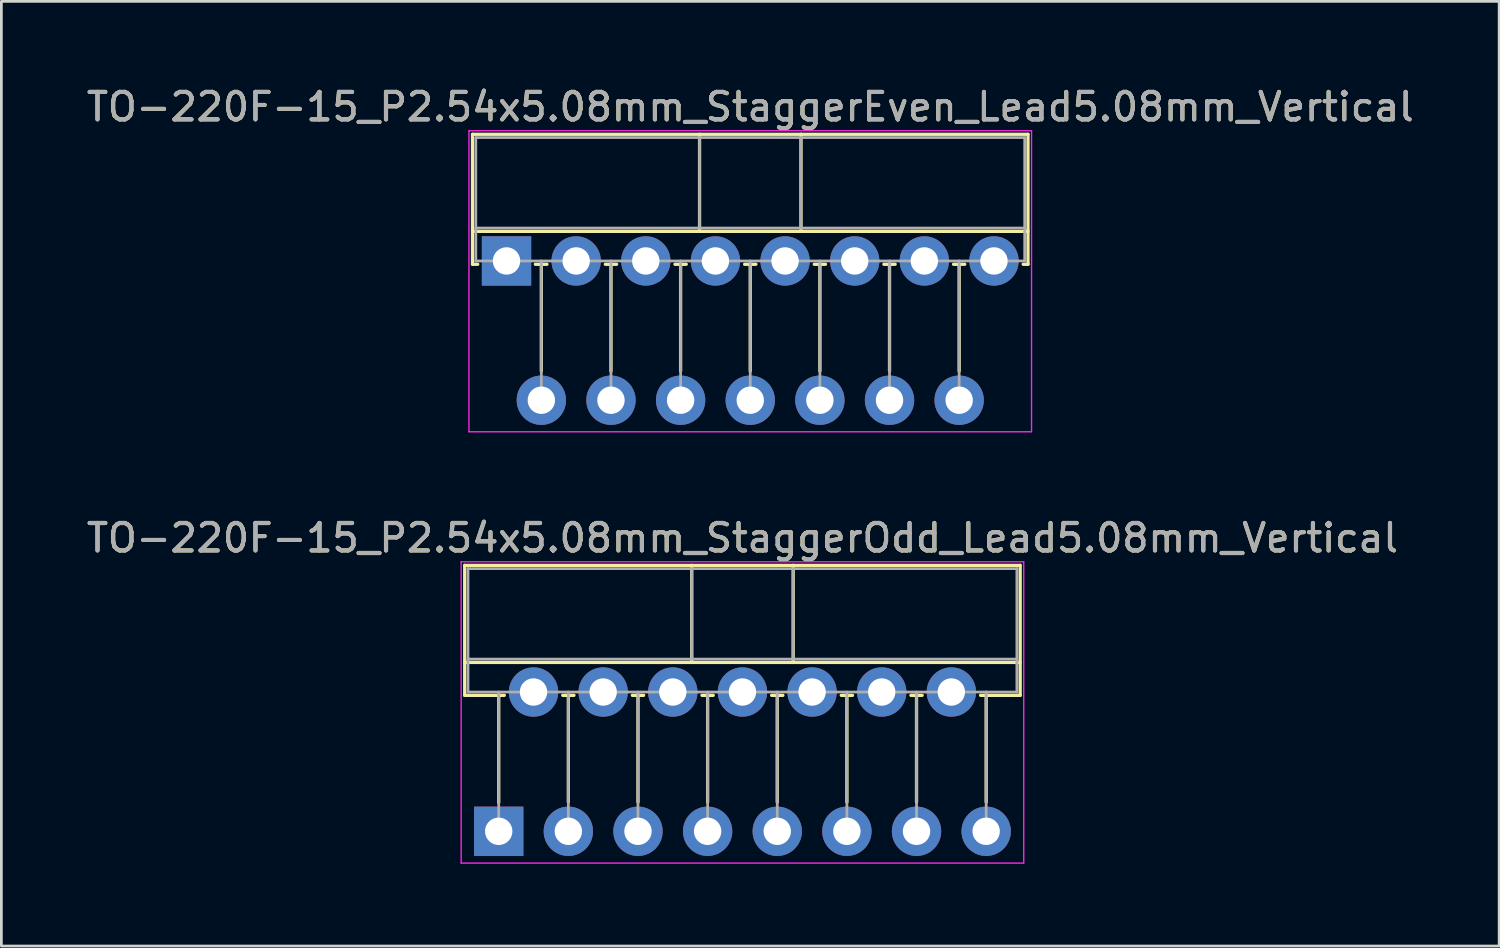
<source format=kicad_pcb>
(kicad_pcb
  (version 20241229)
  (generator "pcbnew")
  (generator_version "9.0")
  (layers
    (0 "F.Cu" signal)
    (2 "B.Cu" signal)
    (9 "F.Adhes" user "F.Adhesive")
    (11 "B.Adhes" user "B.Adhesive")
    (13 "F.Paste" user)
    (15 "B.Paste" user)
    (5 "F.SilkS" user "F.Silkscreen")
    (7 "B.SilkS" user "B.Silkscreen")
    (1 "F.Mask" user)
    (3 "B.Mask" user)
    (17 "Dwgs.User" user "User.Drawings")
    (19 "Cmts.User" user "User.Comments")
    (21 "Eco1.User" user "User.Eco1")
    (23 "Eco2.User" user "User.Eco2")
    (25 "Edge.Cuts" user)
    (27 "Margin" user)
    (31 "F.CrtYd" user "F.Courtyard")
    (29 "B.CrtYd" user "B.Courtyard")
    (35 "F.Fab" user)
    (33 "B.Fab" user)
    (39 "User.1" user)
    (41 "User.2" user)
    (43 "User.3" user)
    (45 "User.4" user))
  (footprint "TO-220F-15_P2.54x5.08mm_StaggerOdd_Lead5.08mm_Vertical"
    (layer "F.Cu")
    (at 15.14 27.271)
    (property "Reference" "TO-220F-15_P2.54x5.08mm_StaggerOdd_Lead5.08mm_Vertical" (at 8.89 -10.7 0) (layer "F.SilkS") (effects (font (size 1 1) (thickness 0.15))))
    (attr through_hole)
    (fp_line (start -1.24 -9.7) (end -1.24 -4.959) (stroke (width 0.12) (type solid)) (layer "F.SilkS"))
    (fp_line (start -1.24 -9.7) (end 19.02 -9.7) (stroke (width 0.12) (type solid)) (layer "F.SilkS"))
    (fp_line (start -1.24 -6.16) (end 19.02 -6.16) (stroke (width 0.12) (type solid)) (layer "F.SilkS"))
    (fp_line (start -1.24 -4.959) (end 0.205 -4.959) (stroke (width 0.12) (type solid)) (layer "F.SilkS"))
    (fp_line (start 0 -4.959) (end 0 -1.05) (stroke (width 0.12) (type solid)) (layer "F.SilkS"))
    (fp_line (start 2.336 -4.959) (end 2.745 -4.959) (stroke (width 0.12) (type solid)) (layer "F.SilkS"))
    (fp_line (start 2.54 -4.959) (end 2.54 -1.065) (stroke (width 0.12) (type solid)) (layer "F.SilkS"))
    (fp_line (start 4.875 -4.959) (end 5.285 -4.959) (stroke (width 0.12) (type solid)) (layer "F.SilkS"))
    (fp_line (start 5.08 -4.959) (end 5.08 -1.065) (stroke (width 0.12) (type solid)) (layer "F.SilkS"))
    (fp_line (start 7.041 -9.7) (end 7.041 -6.16) (stroke (width 0.12) (type solid)) (layer "F.SilkS"))
    (fp_line (start 7.415 -4.959) (end 7.825 -4.959) (stroke (width 0.12) (type solid)) (layer "F.SilkS"))
    (fp_line (start 7.62 -4.959) (end 7.62 -1.065) (stroke (width 0.12) (type solid)) (layer "F.SilkS"))
    (fp_line (start 9.955 -4.959) (end 10.365 -4.959) (stroke (width 0.12) (type solid)) (layer "F.SilkS"))
    (fp_line (start 10.16 -4.959) (end 10.16 -1.065) (stroke (width 0.12) (type solid)) (layer "F.SilkS"))
    (fp_line (start 10.74 -9.7) (end 10.74 -6.16) (stroke (width 0.12) (type solid)) (layer "F.SilkS"))
    (fp_line (start 12.495 -4.959) (end 12.905 -4.959) (stroke (width 0.12) (type solid)) (layer "F.SilkS"))
    (fp_line (start 12.7 -4.959) (end 12.7 -1.065) (stroke (width 0.12) (type solid)) (layer "F.SilkS"))
    (fp_line (start 15.035 -4.959) (end 15.445 -4.959) (stroke (width 0.12) (type solid)) (layer "F.SilkS"))
    (fp_line (start 15.24 -4.959) (end 15.24 -1.065) (stroke (width 0.12) (type solid)) (layer "F.SilkS"))
    (fp_line (start 17.575 -4.959) (end 19.02 -4.959) (stroke (width 0.12) (type solid)) (layer "F.SilkS"))
    (fp_line (start 17.78 -4.959) (end 17.78 -1.065) (stroke (width 0.12) (type solid)) (layer "F.SilkS"))
    (fp_line (start 19.02 -9.7) (end 19.02 -4.959) (stroke (width 0.12) (type solid)) (layer "F.SilkS"))
    (fp_line (start -1.37 -9.83) (end -1.37 1.16) (stroke (width 0.05) (type solid)) (layer "F.CrtYd"))
    (fp_line (start -1.37 1.16) (end 19.15 1.16) (stroke (width 0.05) (type solid)) (layer "F.CrtYd"))
    (fp_line (start 19.15 -9.83) (end -1.37 -9.83) (stroke (width 0.05) (type solid)) (layer "F.CrtYd"))
    (fp_line (start 19.15 1.16) (end 19.15 -9.83) (stroke (width 0.05) (type solid)) (layer "F.CrtYd"))
    (fp_line (start -1.12 -9.58) (end -1.12 -5.08) (stroke (width 0.1) (type solid)) (layer "F.Fab"))
    (fp_line (start -1.12 -6.28) (end 18.9 -6.28) (stroke (width 0.1) (type solid)) (layer "F.Fab"))
    (fp_line (start -1.12 -5.08) (end 18.9 -5.08) (stroke (width 0.1) (type solid)) (layer "F.Fab"))
    (fp_line (start 0 -5.08) (end 0 0) (stroke (width 0.1) (type solid)) (layer "F.Fab"))
    (fp_line (start 2.54 -5.08) (end 2.54 0) (stroke (width 0.1) (type solid)) (layer "F.Fab"))
    (fp_line (start 5.08 -5.08) (end 5.08 0) (stroke (width 0.1) (type solid)) (layer "F.Fab"))
    (fp_line (start 7.04 -9.58) (end 7.04 -6.28) (stroke (width 0.1) (type solid)) (layer "F.Fab"))
    (fp_line (start 7.62 -5.08) (end 7.62 0) (stroke (width 0.1) (type solid)) (layer "F.Fab"))
    (fp_line (start 10.16 -5.08) (end 10.16 0) (stroke (width 0.1) (type solid)) (layer "F.Fab"))
    (fp_line (start 10.74 -9.58) (end 10.74 -6.28) (stroke (width 0.1) (type solid)) (layer "F.Fab"))
    (fp_line (start 12.7 -5.08) (end 12.7 0) (stroke (width 0.1) (type solid)) (layer "F.Fab"))
    (fp_line (start 15.24 -5.08) (end 15.24 0) (stroke (width 0.1) (type solid)) (layer "F.Fab"))
    (fp_line (start 17.78 -5.08) (end 17.78 0) (stroke (width 0.1) (type solid)) (layer "F.Fab"))
    (fp_line (start 18.9 -9.58) (end -1.12 -9.58) (stroke (width 0.1) (type solid)) (layer "F.Fab"))
    (fp_line (start 18.9 -5.08) (end 18.9 -9.58) (stroke (width 0.1) (type solid)) (layer "F.Fab"))
    (fp_text user "${REFERENCE}" (at 8.89 -10.7 0) (layer "F.Fab") (effects (font (size 1 1) (thickness 0.15))))
    (pad "1" thru_hole rect (at 0 0) (size 1.8 1.8) (drill 1) (layers "*.Cu" "*.Mask"))
    (pad "2" thru_hole oval (at 1.27 -5.08) (size 1.8 1.8) (drill 1) (layers "*.Cu" "*.Mask"))
    (pad "3" thru_hole oval (at 2.54 0) (size 1.8 1.8) (drill 1) (layers "*.Cu" "*.Mask"))
    (pad "4" thru_hole oval (at 3.81 -5.08) (size 1.8 1.8) (drill 1) (layers "*.Cu" "*.Mask"))
    (pad "5" thru_hole oval (at 5.08 0) (size 1.8 1.8) (drill 1) (layers "*.Cu" "*.Mask"))
    (pad "6" thru_hole oval (at 6.35 -5.08) (size 1.8 1.8) (drill 1) (layers "*.Cu" "*.Mask"))
    (pad "7" thru_hole oval (at 7.62 0) (size 1.8 1.8) (drill 1) (layers "*.Cu" "*.Mask"))
    (pad "8" thru_hole oval (at 8.89 -5.08) (size 1.8 1.8) (drill 1) (layers "*.Cu" "*.Mask"))
    (pad "9" thru_hole oval (at 10.16 0) (size 1.8 1.8) (drill 1) (layers "*.Cu" "*.Mask"))
    (pad "10" thru_hole oval (at 11.43 -5.08) (size 1.8 1.8) (drill 1) (layers "*.Cu" "*.Mask"))
    (pad "11" thru_hole oval (at 12.7 0) (size 1.8 1.8) (drill 1) (layers "*.Cu" "*.Mask"))
    (pad "12" thru_hole oval (at 13.97 -5.08) (size 1.8 1.8) (drill 1) (layers "*.Cu" "*.Mask"))
    (pad "13" thru_hole oval (at 15.24 0) (size 1.8 1.8) (drill 1) (layers "*.Cu" "*.Mask"))
    (pad "14" thru_hole oval (at 16.51 -5.08) (size 1.8 1.8) (drill 1) (layers "*.Cu" "*.Mask"))
    (pad "15" thru_hole oval (at 17.78 0) (size 1.8 1.8) (drill 1) (layers "*.Cu" "*.Mask")))
  (footprint "TO-220F-15_P2.54x5.08mm_StaggerEven_Lead5.08mm_Vertical"
    (layer "F.Cu")
    (at 15.425 6.468)
    (property "Reference" "TO-220F-15_P2.54x5.08mm_StaggerEven_Lead5.08mm_Vertical" (at 8.89 -5.62 0) (layer "F.SilkS") (effects (font (size 1 1) (thickness 0.15))))
    (attr through_hole)
    (fp_line (start -1.24 -4.62) (end -1.24 0.121) (stroke (width 0.12) (type solid)) (layer "F.SilkS"))
    (fp_line (start -1.24 -4.62) (end 19.02 -4.62) (stroke (width 0.12) (type solid)) (layer "F.SilkS"))
    (fp_line (start -1.24 -1.08) (end 19.02 -1.08) (stroke (width 0.12) (type solid)) (layer "F.SilkS"))
    (fp_line (start -1.24 0.121) (end -1.05 0.121) (stroke (width 0.12) (type solid)) (layer "F.SilkS"))
    (fp_line (start 1.05 0.121) (end 1.475 0.121) (stroke (width 0.12) (type solid)) (layer "F.SilkS"))
    (fp_line (start 1.27 0.121) (end 1.27 4.015) (stroke (width 0.12) (type solid)) (layer "F.SilkS"))
    (fp_line (start 3.605 0.121) (end 4.016 0.121) (stroke (width 0.12) (type solid)) (layer "F.SilkS"))
    (fp_line (start 3.81 0.121) (end 3.81 4.015) (stroke (width 0.12) (type solid)) (layer "F.SilkS"))
    (fp_line (start 6.145 0.121) (end 6.555 0.121) (stroke (width 0.12) (type solid)) (layer "F.SilkS"))
    (fp_line (start 6.35 0.121) (end 6.35 4.015) (stroke (width 0.12) (type solid)) (layer "F.SilkS"))
    (fp_line (start 7.041 -4.62) (end 7.041 -1.08) (stroke (width 0.12) (type solid)) (layer "F.SilkS"))
    (fp_line (start 8.685 0.121) (end 9.095 0.121) (stroke (width 0.12) (type solid)) (layer "F.SilkS"))
    (fp_line (start 8.89 0.121) (end 8.89 4.015) (stroke (width 0.12) (type solid)) (layer "F.SilkS"))
    (fp_line (start 10.74 -4.62) (end 10.74 -1.08) (stroke (width 0.12) (type solid)) (layer "F.SilkS"))
    (fp_line (start 11.225 0.121) (end 11.635 0.121) (stroke (width 0.12) (type solid)) (layer "F.SilkS"))
    (fp_line (start 11.43 0.121) (end 11.43 4.015) (stroke (width 0.12) (type solid)) (layer "F.SilkS"))
    (fp_line (start 13.765 0.121) (end 14.175 0.121) (stroke (width 0.12) (type solid)) (layer "F.SilkS"))
    (fp_line (start 13.97 0.121) (end 13.97 4.015) (stroke (width 0.12) (type solid)) (layer "F.SilkS"))
    (fp_line (start 16.305 0.121) (end 16.715 0.121) (stroke (width 0.12) (type solid)) (layer "F.SilkS"))
    (fp_line (start 16.51 0.121) (end 16.51 4.015) (stroke (width 0.12) (type solid)) (layer "F.SilkS"))
    (fp_line (start 18.845 0.121) (end 19.02 0.121) (stroke (width 0.12) (type solid)) (layer "F.SilkS"))
    (fp_line (start 19.02 -4.62) (end 19.02 0.121) (stroke (width 0.12) (type solid)) (layer "F.SilkS"))
    (fp_line (start -1.37 -4.75) (end -1.37 6.23) (stroke (width 0.05) (type solid)) (layer "F.CrtYd"))
    (fp_line (start -1.37 6.23) (end 19.15 6.23) (stroke (width 0.05) (type solid)) (layer "F.CrtYd"))
    (fp_line (start 19.15 -4.75) (end -1.37 -4.75) (stroke (width 0.05) (type solid)) (layer "F.CrtYd"))
    (fp_line (start 19.15 6.23) (end 19.15 -4.75) (stroke (width 0.05) (type solid)) (layer "F.CrtYd"))
    (fp_line (start -1.12 -4.5) (end -1.12 0) (stroke (width 0.1) (type solid)) (layer "F.Fab"))
    (fp_line (start -1.12 -1.2) (end 18.9 -1.2) (stroke (width 0.1) (type solid)) (layer "F.Fab"))
    (fp_line (start -1.12 0) (end 18.9 0) (stroke (width 0.1) (type solid)) (layer "F.Fab"))
    (fp_line (start 1.27 0) (end 1.27 5.08) (stroke (width 0.1) (type solid)) (layer "F.Fab"))
    (fp_line (start 3.81 0) (end 3.81 5.08) (stroke (width 0.1) (type solid)) (layer "F.Fab"))
    (fp_line (start 6.35 0) (end 6.35 5.08) (stroke (width 0.1) (type solid)) (layer "F.Fab"))
    (fp_line (start 7.04 -4.5) (end 7.04 -1.2) (stroke (width 0.1) (type solid)) (layer "F.Fab"))
    (fp_line (start 8.89 0) (end 8.89 5.08) (stroke (width 0.1) (type solid)) (layer "F.Fab"))
    (fp_line (start 10.74 -4.5) (end 10.74 -1.2) (stroke (width 0.1) (type solid)) (layer "F.Fab"))
    (fp_line (start 11.43 0) (end 11.43 5.08) (stroke (width 0.1) (type solid)) (layer "F.Fab"))
    (fp_line (start 13.97 0) (end 13.97 5.08) (stroke (width 0.1) (type solid)) (layer "F.Fab"))
    (fp_line (start 16.51 0) (end 16.51 5.08) (stroke (width 0.1) (type solid)) (layer "F.Fab"))
    (fp_line (start 18.9 -4.5) (end -1.12 -4.5) (stroke (width 0.1) (type solid)) (layer "F.Fab"))
    (fp_line (start 18.9 0) (end 18.9 -4.5) (stroke (width 0.1) (type solid)) (layer "F.Fab"))
    (fp_text user "${REFERENCE}" (at 8.89 -5.62 0) (layer "F.Fab") (effects (font (size 1 1) (thickness 0.15))))
    (pad "1" thru_hole rect (at 0 0) (size 1.8 1.8) (drill 1) (layers "*.Cu" "*.Mask"))
    (pad "2" thru_hole oval (at 1.27 5.08) (size 1.8 1.8) (drill 1) (layers "*.Cu" "*.Mask"))
    (pad "3" thru_hole oval (at 2.54 0) (size 1.8 1.8) (drill 1) (layers "*.Cu" "*.Mask"))
    (pad "4" thru_hole oval (at 3.81 5.08) (size 1.8 1.8) (drill 1) (layers "*.Cu" "*.Mask"))
    (pad "5" thru_hole oval (at 5.08 0) (size 1.8 1.8) (drill 1) (layers "*.Cu" "*.Mask"))
    (pad "6" thru_hole oval (at 6.35 5.08) (size 1.8 1.8) (drill 1) (layers "*.Cu" "*.Mask"))
    (pad "7" thru_hole oval (at 7.62 0) (size 1.8 1.8) (drill 1) (layers "*.Cu" "*.Mask"))
    (pad "8" thru_hole oval (at 8.89 5.08) (size 1.8 1.8) (drill 1) (layers "*.Cu" "*.Mask"))
    (pad "9" thru_hole oval (at 10.16 0) (size 1.8 1.8) (drill 1) (layers "*.Cu" "*.Mask"))
    (pad "10" thru_hole oval (at 11.43 5.08) (size 1.8 1.8) (drill 1) (layers "*.Cu" "*.Mask"))
    (pad "11" thru_hole oval (at 12.7 0) (size 1.8 1.8) (drill 1) (layers "*.Cu" "*.Mask"))
    (pad "12" thru_hole oval (at 13.97 5.08) (size 1.8 1.8) (drill 1) (layers "*.Cu" "*.Mask"))
    (pad "13" thru_hole oval (at 15.24 0) (size 1.8 1.8) (drill 1) (layers "*.Cu" "*.Mask"))
    (pad "14" thru_hole oval (at 16.51 5.08) (size 1.8 1.8) (drill 1) (layers "*.Cu" "*.Mask"))
    (pad "15" thru_hole oval (at 17.78 0) (size 1.8 1.8) (drill 1) (layers "*.Cu" "*.Mask")))
  (gr_rect
    (start -3 -3)
    (end 51.631 31.456)
    (stroke (width 0.1) (type default))
    (fill no)
    (layer "Edge.Cuts")))
</source>
